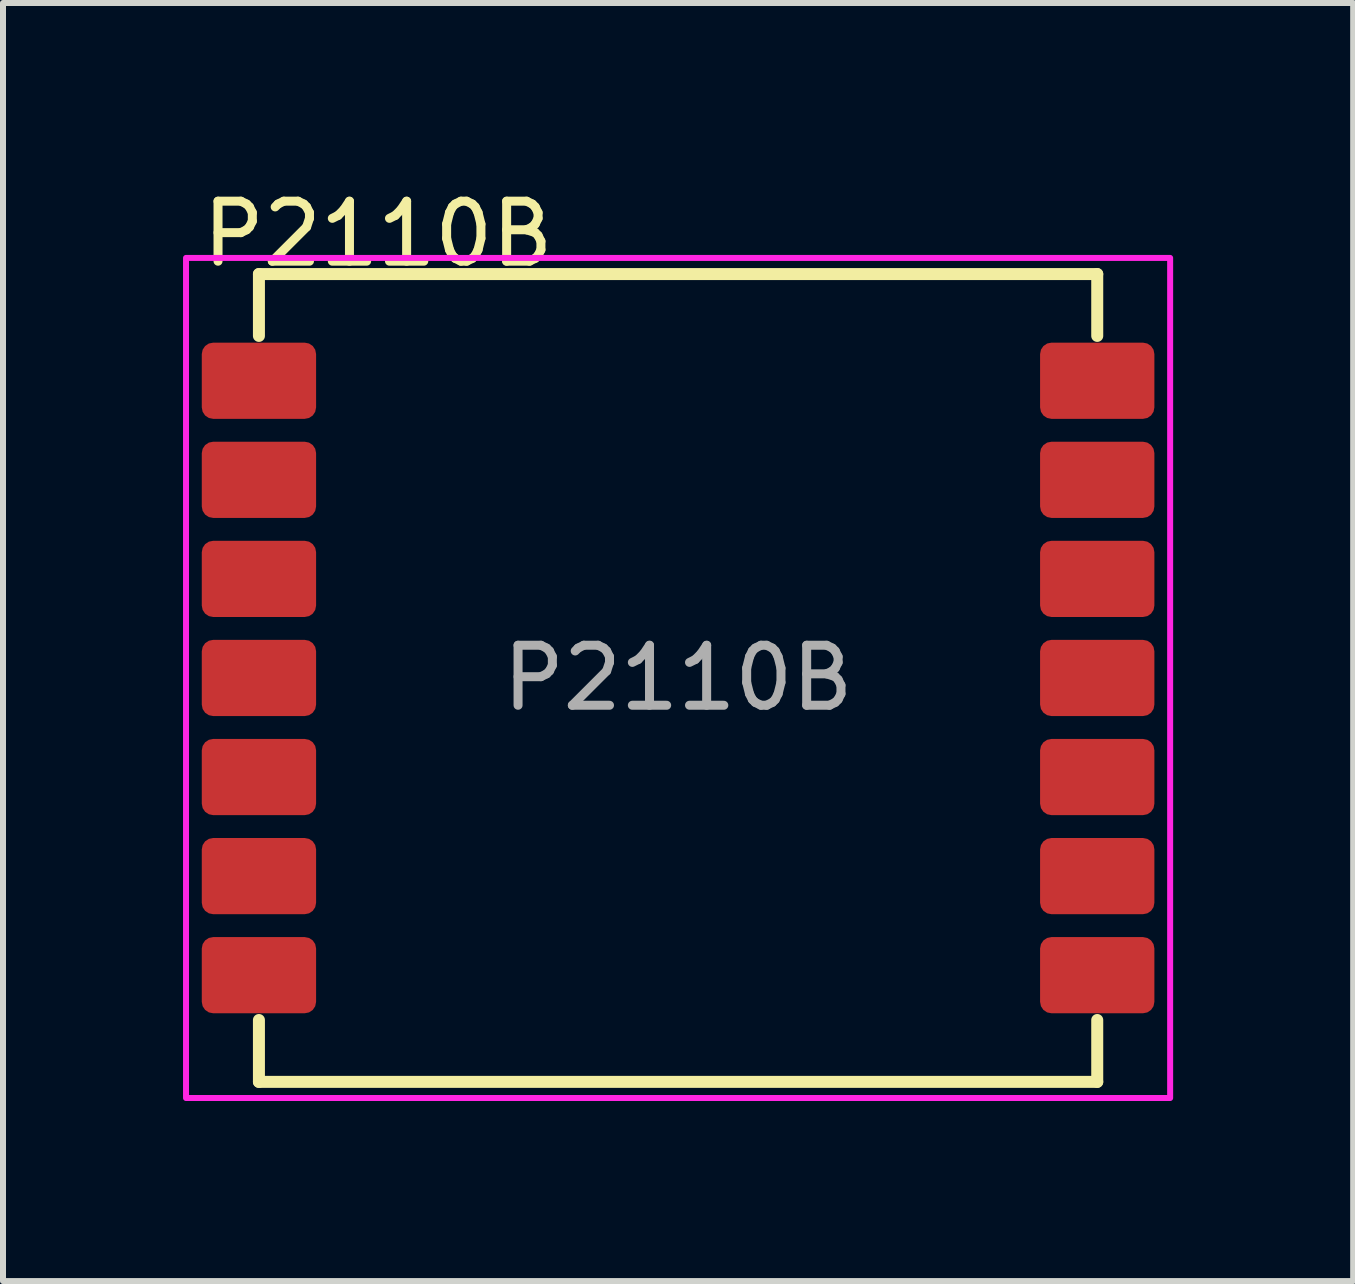
<source format=kicad_pcb>
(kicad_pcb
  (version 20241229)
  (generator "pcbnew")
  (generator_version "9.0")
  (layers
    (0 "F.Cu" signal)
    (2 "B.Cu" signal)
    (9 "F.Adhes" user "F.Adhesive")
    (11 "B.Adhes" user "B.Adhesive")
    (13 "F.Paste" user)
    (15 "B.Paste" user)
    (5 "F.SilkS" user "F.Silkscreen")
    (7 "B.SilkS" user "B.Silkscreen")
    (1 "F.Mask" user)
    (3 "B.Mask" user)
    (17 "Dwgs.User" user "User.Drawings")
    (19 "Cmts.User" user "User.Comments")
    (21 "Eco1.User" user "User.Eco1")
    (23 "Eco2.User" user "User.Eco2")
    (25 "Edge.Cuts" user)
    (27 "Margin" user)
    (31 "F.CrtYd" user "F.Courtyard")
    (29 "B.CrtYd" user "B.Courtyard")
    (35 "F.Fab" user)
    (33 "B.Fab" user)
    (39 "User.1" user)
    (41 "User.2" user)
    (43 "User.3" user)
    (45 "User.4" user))
  (footprint "P2110B"
    (layer "F.Cu")
    (at 8.25 8.248)
    (property "Reference" "P2110B" (at -5 -7.4 0) (unlocked yes) (layer "F.SilkS") (effects (font (size 1 1) (thickness 0.15))))
    (attr smd)
    (fp_line (start -6.985 -6.731) (end -6.985 -5.7) (stroke (width 0.2) (type default)) (layer "F.SilkS"))
    (fp_line (start -6.985 -6.731) (end 6.985 -6.731) (stroke (width 0.2) (type solid)) (layer "F.SilkS"))
    (fp_line (start -6.985 6.731) (end -6.985 5.7) (stroke (width 0.2) (type default)) (layer "F.SilkS"))
    (fp_line (start -6.985 6.731) (end 6.985 6.731) (stroke (width 0.2) (type solid)) (layer "F.SilkS"))
    (fp_line (start 6.985 -6.731) (end 6.985 -5.7) (stroke (width 0.2) (type default)) (layer "F.SilkS"))
    (fp_line (start 6.985 6.731) (end 6.985 5.7) (stroke (width 0.2) (type default)) (layer "F.SilkS"))
    (fp_rect (start -8.2 -7) (end 8.2 7) (stroke (width 0.1) (type default)) (fill no) (layer "F.CrtYd"))
    (fp_text user "${REFERENCE}" (at 0 0 0) (unlocked yes) (layer "F.Fab") (effects (font (size 1 1) (thickness 0.15))))
    (pad "1" smd roundrect (at -6.985 -4.953) (size 1.905 1.27) (layers "F.Cu" "F.Mask" "F.Paste") (roundrect_rratio 0.15))
    (pad "2" smd roundrect (at -6.985 -3.302) (size 1.905 1.27) (layers "F.Cu" "F.Mask" "F.Paste") (roundrect_rratio 0.15))
    (pad "3" smd roundrect (at -6.985 -1.651) (size 1.905 1.27) (layers "F.Cu" "F.Mask" "F.Paste") (roundrect_rratio 0.15))
    (pad "4" smd roundrect (at -6.985 0) (size 1.905 1.27) (layers "F.Cu" "F.Mask" "F.Paste") (roundrect_rratio 0.15))
    (pad "5" smd roundrect (at -6.985 1.651) (size 1.905 1.27) (layers "F.Cu" "F.Mask" "F.Paste") (roundrect_rratio 0.15))
    (pad "6" smd roundrect (at -6.985 3.302) (size 1.905 1.27) (layers "F.Cu" "F.Mask" "F.Paste") (roundrect_rratio 0.15))
    (pad "7" smd roundrect (at -6.985 4.953) (size 1.905 1.27) (layers "F.Cu" "F.Mask" "F.Paste") (roundrect_rratio 0.15))
    (pad "8" smd roundrect (at 6.985 4.953) (size 1.905 1.27) (layers "F.Cu" "F.Mask" "F.Paste") (roundrect_rratio 0.15))
    (pad "9" smd roundrect (at 6.985 3.302) (size 1.905 1.27) (layers "F.Cu" "F.Mask" "F.Paste") (roundrect_rratio 0.15))
    (pad "10" smd roundrect (at 6.985 1.651) (size 1.905 1.27) (layers "F.Cu" "F.Mask" "F.Paste") (roundrect_rratio 0.15))
    (pad "11" smd roundrect (at 6.985 0) (size 1.905 1.27) (layers "F.Cu" "F.Mask" "F.Paste") (roundrect_rratio 0.15))
    (pad "12" smd roundrect (at 6.985 -1.651) (size 1.905 1.27) (layers "F.Cu" "F.Mask" "F.Paste") (roundrect_rratio 0.15))
    (pad "13" smd roundrect (at 6.985 -3.302) (size 1.905 1.27) (layers "F.Cu" "F.Mask" "F.Paste") (roundrect_rratio 0.15))
    (pad "14" smd roundrect (at 6.985 -4.953) (size 1.905 1.27) (layers "F.Cu" "F.Mask" "F.Paste") (roundrect_rratio 0.15)))
  (gr_rect
    (start -3 -3)
    (end 19.5 18.298)
    (stroke (width 0.1) (type default))
    (fill no)
    (layer "Edge.Cuts")))
</source>
